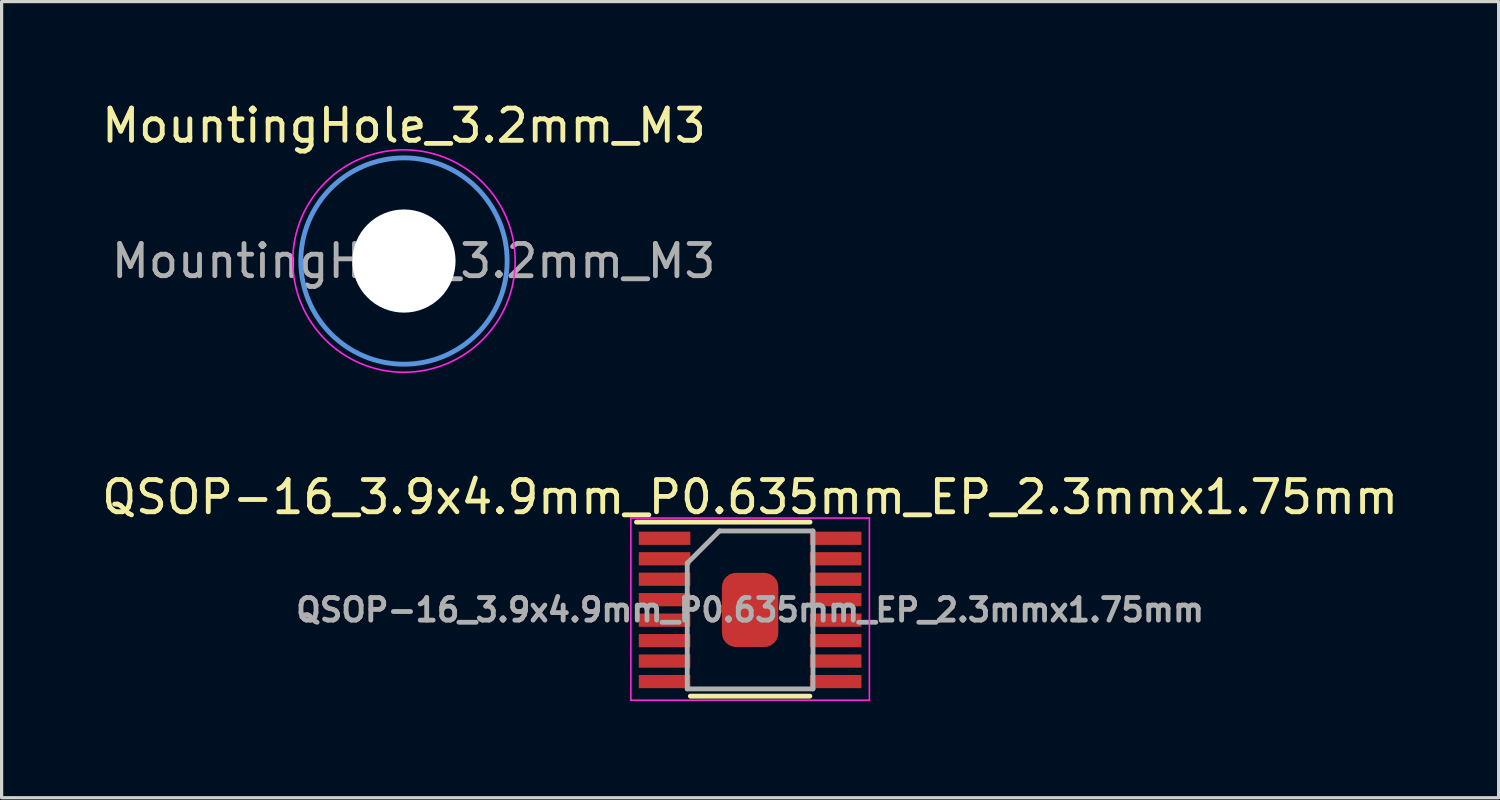
<source format=kicad_pcb>
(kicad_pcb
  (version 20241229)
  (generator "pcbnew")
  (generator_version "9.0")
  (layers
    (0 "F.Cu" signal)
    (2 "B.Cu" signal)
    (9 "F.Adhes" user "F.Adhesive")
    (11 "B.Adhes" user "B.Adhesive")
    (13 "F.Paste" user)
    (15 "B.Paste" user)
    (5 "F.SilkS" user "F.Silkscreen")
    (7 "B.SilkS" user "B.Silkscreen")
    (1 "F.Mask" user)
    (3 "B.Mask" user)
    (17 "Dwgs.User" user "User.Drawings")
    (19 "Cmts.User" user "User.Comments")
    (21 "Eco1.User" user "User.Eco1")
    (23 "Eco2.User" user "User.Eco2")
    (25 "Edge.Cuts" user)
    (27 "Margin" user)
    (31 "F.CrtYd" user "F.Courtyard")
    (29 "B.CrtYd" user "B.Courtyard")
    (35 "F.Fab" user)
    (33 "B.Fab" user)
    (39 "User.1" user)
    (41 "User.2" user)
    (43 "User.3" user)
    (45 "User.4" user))
  (footprint "MountingHole_3.2mm_M3"
    (layer "F.Cu")
    (at 9.482 5.048)
    (property "Reference" "MountingHole_3.2mm_M3" (at 0 -4.2 0) (layer "F.SilkS") (effects (font (size 1 1) (thickness 0.15))))
    (attr exclude_from_pos_files exclude_from_bom)
    (fp_circle (center 0 0) (end 3.2 0) (stroke (width 0.15) (type solid)) (fill no) (layer "Cmts.User"))
    (fp_circle (center 0 0) (end 3.45 0) (stroke (width 0.05) (type solid)) (fill no) (layer "F.CrtYd"))
    (fp_text user "${REFERENCE}" (at 0.3 0 0) (layer "F.Fab") (effects (font (size 1 1) (thickness 0.15))))
    (pad "" np_thru_hole circle (at 0 0) (size 3.2 3.2) (drill 3.2) (layers "*.Cu" "*.Mask")))
  (footprint "QSOP-16_3.9x4.9mm_P0.635mm_EP_2.3mmx1.75mm"
    (layer "F.Cu")
    (at 20.22 15.871)
    (property "Reference" "QSOP-16_3.9x4.9mm_P0.635mm_EP_2.3mmx1.75mm" (at 0 -3.5 0) (layer "F.SilkS") (effects (font (size 1 1) (thickness 0.15))))
    (attr smd)
    (fp_line (start -3.525 -2.725) (end 1.859 -2.725) (stroke (width 0.15) (type solid)) (layer "F.SilkS"))
    (fp_line (start -1.854 2.675) (end 1.854 2.675) (stroke (width 0.15) (type solid)) (layer "F.SilkS"))
    (fp_line (start -3.7 -2.85) (end -3.7 2.8) (stroke (width 0.05) (type solid)) (layer "F.CrtYd"))
    (fp_line (start -3.7 -2.85) (end 3.7 -2.85) (stroke (width 0.05) (type solid)) (layer "F.CrtYd"))
    (fp_line (start -3.7 2.8) (end 3.7 2.8) (stroke (width 0.05) (type solid)) (layer "F.CrtYd"))
    (fp_line (start 3.7 -2.85) (end 3.7 2.8) (stroke (width 0.05) (type solid)) (layer "F.CrtYd"))
    (fp_line (start -1.95 -1.45) (end -0.95 -2.45) (stroke (width 0.15) (type solid)) (layer "F.Fab"))
    (fp_line (start -1.95 2.45) (end -1.95 -1.45) (stroke (width 0.15) (type solid)) (layer "F.Fab"))
    (fp_line (start -0.95 -2.45) (end 1.95 -2.45) (stroke (width 0.15) (type solid)) (layer "F.Fab"))
    (fp_line (start 1.95 -2.45) (end 1.95 2.45) (stroke (width 0.15) (type solid)) (layer "F.Fab"))
    (fp_line (start 1.95 2.45) (end -1.95 2.45) (stroke (width 0.15) (type solid)) (layer "F.Fab"))
    (fp_text user "${REFERENCE}" (at 0 0 0) (layer "F.Fab") (effects (font (size 0.7 0.7) (thickness 0.15))))
    (pad "1" smd rect (at -2.654 -2.223) (size 1.6 0.41) (layers "F.Cu" "F.Mask" "F.Paste"))
    (pad "2" smd rect (at -2.654 -1.587) (size 1.6 0.41) (layers "F.Cu" "F.Mask" "F.Paste"))
    (pad "3" smd rect (at -2.654 -0.953) (size 1.6 0.41) (layers "F.Cu" "F.Mask" "F.Paste"))
    (pad "4" smd rect (at -2.654 -0.318) (size 1.6 0.41) (layers "F.Cu" "F.Mask" "F.Paste"))
    (pad "5" smd rect (at -2.654 0.318) (size 1.6 0.41) (layers "F.Cu" "F.Mask" "F.Paste"))
    (pad "6" smd rect (at -2.654 0.953) (size 1.6 0.41) (layers "F.Cu" "F.Mask" "F.Paste"))
    (pad "7" smd rect (at -2.654 1.587) (size 1.6 0.41) (layers "F.Cu" "F.Mask" "F.Paste"))
    (pad "8" smd rect (at -2.654 2.223) (size 1.6 0.41) (layers "F.Cu" "F.Mask" "F.Paste"))
    (pad "9" smd rect (at 2.654 2.223) (size 1.6 0.41) (layers "F.Cu" "F.Mask" "F.Paste"))
    (pad "10" smd rect (at 2.654 1.587) (size 1.6 0.41) (layers "F.Cu" "F.Mask" "F.Paste"))
    (pad "11" smd rect (at 2.654 0.953) (size 1.6 0.41) (layers "F.Cu" "F.Mask" "F.Paste"))
    (pad "12" smd rect (at 2.654 0.318) (size 1.6 0.41) (layers "F.Cu" "F.Mask" "F.Paste"))
    (pad "13" smd rect (at 2.654 -0.318) (size 1.6 0.41) (layers "F.Cu" "F.Mask" "F.Paste"))
    (pad "14" smd rect (at 2.654 -0.953) (size 1.6 0.41) (layers "F.Cu" "F.Mask" "F.Paste"))
    (pad "15" smd rect (at 2.654 -1.587) (size 1.6 0.41) (layers "F.Cu" "F.Mask" "F.Paste"))
    (pad "16" smd rect (at 2.654 -2.223) (size 1.6 0.41) (layers "F.Cu" "F.Mask" "F.Paste"))
    (pad "17" smd roundrect (at 0 0) (size 1.75 2.3) (layers "F.Cu" "F.Mask" "F.Paste") (roundrect_rratio 0.25)))
  (gr_rect
    (start -3 -3)
    (end 43.44 21.697)
    (stroke (width 0.1) (type default))
    (fill no)
    (layer "Edge.Cuts")))
</source>
